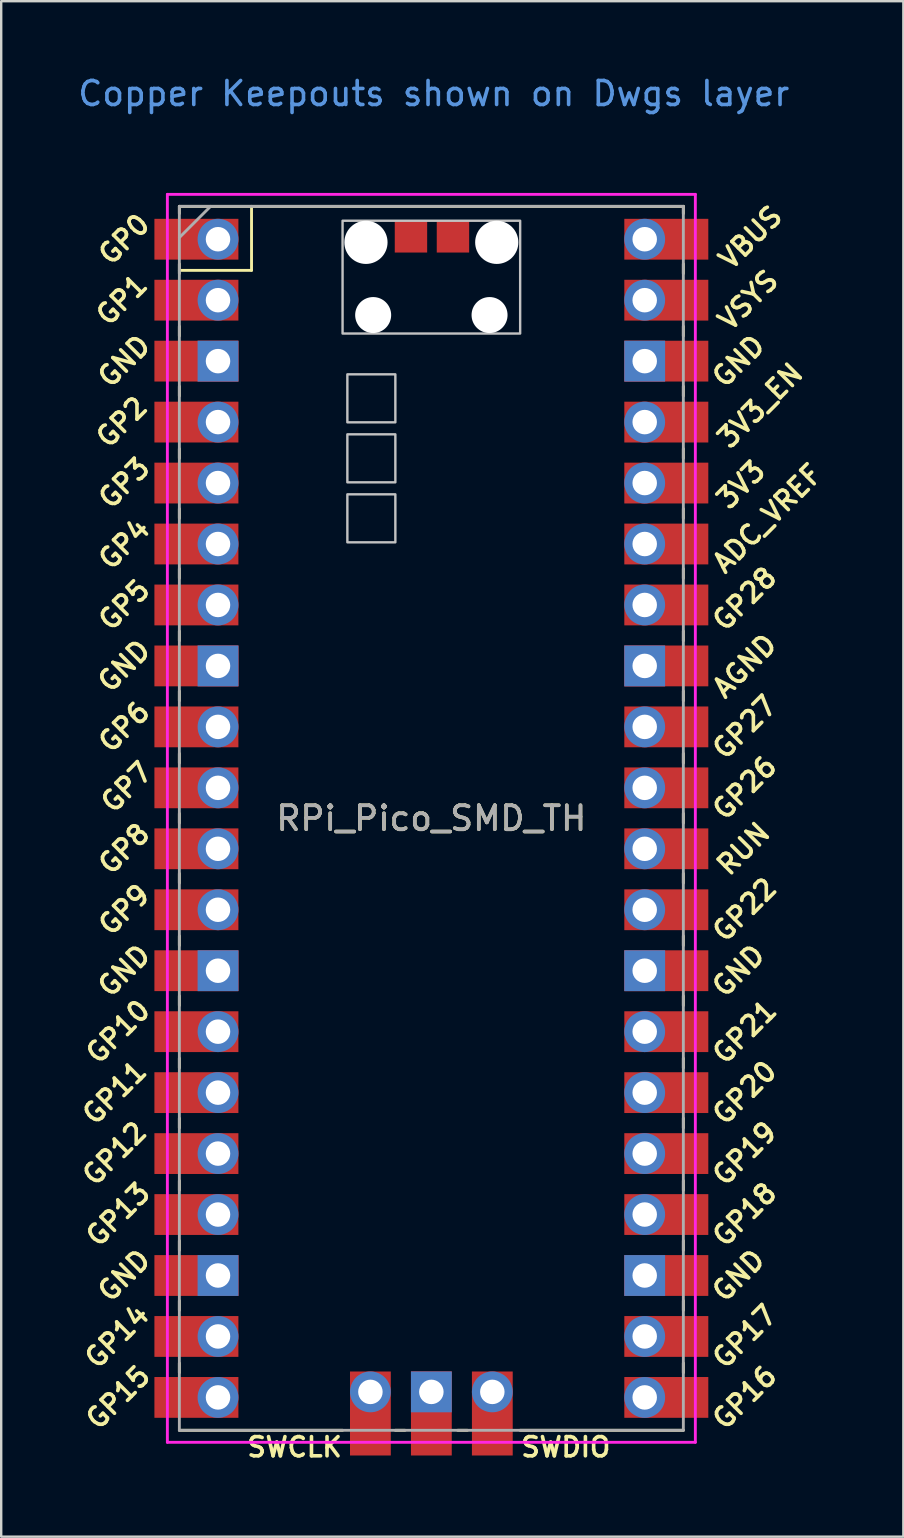
<source format=kicad_pcb>
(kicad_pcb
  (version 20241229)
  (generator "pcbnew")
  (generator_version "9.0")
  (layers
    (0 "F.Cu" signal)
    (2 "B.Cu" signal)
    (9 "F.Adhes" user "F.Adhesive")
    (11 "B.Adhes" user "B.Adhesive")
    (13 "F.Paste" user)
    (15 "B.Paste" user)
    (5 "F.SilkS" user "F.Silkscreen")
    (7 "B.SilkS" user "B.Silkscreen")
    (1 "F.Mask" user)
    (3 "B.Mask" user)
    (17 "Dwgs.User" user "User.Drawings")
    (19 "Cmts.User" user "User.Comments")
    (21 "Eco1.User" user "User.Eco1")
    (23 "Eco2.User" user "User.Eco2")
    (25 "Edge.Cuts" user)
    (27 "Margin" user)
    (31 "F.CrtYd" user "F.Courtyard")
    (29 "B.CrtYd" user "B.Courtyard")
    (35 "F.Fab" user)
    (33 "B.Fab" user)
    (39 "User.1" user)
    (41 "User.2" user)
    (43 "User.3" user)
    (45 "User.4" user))
  (footprint "RPi_Pico_SMD_TH"
    (layer "F.Cu")
    (at 14.924 31.048)
    (property "Reference" "RPi_Pico_SMD_TH" (at 0 0 0) (layer "F.SilkS") (effects (font (size 1 1) (thickness 0.15))))
    (attr through_hole)
    (fp_line (start -10.5 -25.5) (end -10.5 -25.2) (stroke (width 0.12) (type solid)) (layer "F.SilkS"))
    (fp_line (start -10.5 -25.5) (end 10.5 -25.5) (stroke (width 0.12) (type solid)) (layer "F.SilkS"))
    (fp_line (start -10.5 -23.1) (end -10.5 -22.7) (stroke (width 0.12) (type solid)) (layer "F.SilkS"))
    (fp_line (start -10.5 -22.833) (end -7.493 -22.833) (stroke (width 0.12) (type solid)) (layer "F.SilkS"))
    (fp_line (start -10.5 -20.5) (end -10.5 -20.1) (stroke (width 0.12) (type solid)) (layer "F.SilkS"))
    (fp_line (start -10.5 -18) (end -10.5 -17.6) (stroke (width 0.12) (type solid)) (layer "F.SilkS"))
    (fp_line (start -10.5 -15.4) (end -10.5 -15) (stroke (width 0.12) (type solid)) (layer "F.SilkS"))
    (fp_line (start -10.5 -12.9) (end -10.5 -12.5) (stroke (width 0.12) (type solid)) (layer "F.SilkS"))
    (fp_line (start -10.5 -10.4) (end -10.5 -10) (stroke (width 0.12) (type solid)) (layer "F.SilkS"))
    (fp_line (start -10.5 -7.8) (end -10.5 -7.4) (stroke (width 0.12) (type solid)) (layer "F.SilkS"))
    (fp_line (start -10.5 -5.3) (end -10.5 -4.9) (stroke (width 0.12) (type solid)) (layer "F.SilkS"))
    (fp_line (start -10.5 -2.7) (end -10.5 -2.3) (stroke (width 0.12) (type solid)) (layer "F.SilkS"))
    (fp_line (start -10.5 -0.2) (end -10.5 0.2) (stroke (width 0.12) (type solid)) (layer "F.SilkS"))
    (fp_line (start -10.5 2.3) (end -10.5 2.7) (stroke (width 0.12) (type solid)) (layer "F.SilkS"))
    (fp_line (start -10.5 4.9) (end -10.5 5.3) (stroke (width 0.12) (type solid)) (layer "F.SilkS"))
    (fp_line (start -10.5 7.4) (end -10.5 7.8) (stroke (width 0.12) (type solid)) (layer "F.SilkS"))
    (fp_line (start -10.5 10) (end -10.5 10.4) (stroke (width 0.12) (type solid)) (layer "F.SilkS"))
    (fp_line (start -10.5 12.5) (end -10.5 12.9) (stroke (width 0.12) (type solid)) (layer "F.SilkS"))
    (fp_line (start -10.5 15.1) (end -10.5 15.5) (stroke (width 0.12) (type solid)) (layer "F.SilkS"))
    (fp_line (start -10.5 17.6) (end -10.5 18) (stroke (width 0.12) (type solid)) (layer "F.SilkS"))
    (fp_line (start -10.5 20.1) (end -10.5 20.5) (stroke (width 0.12) (type solid)) (layer "F.SilkS"))
    (fp_line (start -10.5 22.7) (end -10.5 23.1) (stroke (width 0.12) (type solid)) (layer "F.SilkS"))
    (fp_line (start -7.493 -22.833) (end -7.493 -25.5) (stroke (width 0.12) (type solid)) (layer "F.SilkS"))
    (fp_line (start -3.7 25.5) (end -10.5 25.5) (stroke (width 0.12) (type solid)) (layer "F.SilkS"))
    (fp_line (start -1.5 25.5) (end -1.1 25.5) (stroke (width 0.12) (type solid)) (layer "F.SilkS"))
    (fp_line (start 1.1 25.5) (end 1.5 25.5) (stroke (width 0.12) (type solid)) (layer "F.SilkS"))
    (fp_line (start 10.5 -25.5) (end 10.5 -25.2) (stroke (width 0.12) (type solid)) (layer "F.SilkS"))
    (fp_line (start 10.5 -23.1) (end 10.5 -22.7) (stroke (width 0.12) (type solid)) (layer "F.SilkS"))
    (fp_line (start 10.5 -20.5) (end 10.5 -20.1) (stroke (width 0.12) (type solid)) (layer "F.SilkS"))
    (fp_line (start 10.5 -18) (end 10.5 -17.6) (stroke (width 0.12) (type solid)) (layer "F.SilkS"))
    (fp_line (start 10.5 -15.4) (end 10.5 -15) (stroke (width 0.12) (type solid)) (layer "F.SilkS"))
    (fp_line (start 10.5 -12.9) (end 10.5 -12.5) (stroke (width 0.12) (type solid)) (layer "F.SilkS"))
    (fp_line (start 10.5 -10.4) (end 10.5 -10) (stroke (width 0.12) (type solid)) (layer "F.SilkS"))
    (fp_line (start 10.5 -7.8) (end 10.5 -7.4) (stroke (width 0.12) (type solid)) (layer "F.SilkS"))
    (fp_line (start 10.5 -5.3) (end 10.5 -4.9) (stroke (width 0.12) (type solid)) (layer "F.SilkS"))
    (fp_line (start 10.5 -2.7) (end 10.5 -2.3) (stroke (width 0.12) (type solid)) (layer "F.SilkS"))
    (fp_line (start 10.5 -0.2) (end 10.5 0.2) (stroke (width 0.12) (type solid)) (layer "F.SilkS"))
    (fp_line (start 10.5 2.3) (end 10.5 2.7) (stroke (width 0.12) (type solid)) (layer "F.SilkS"))
    (fp_line (start 10.5 4.9) (end 10.5 5.3) (stroke (width 0.12) (type solid)) (layer "F.SilkS"))
    (fp_line (start 10.5 7.4) (end 10.5 7.8) (stroke (width 0.12) (type solid)) (layer "F.SilkS"))
    (fp_line (start 10.5 10) (end 10.5 10.4) (stroke (width 0.12) (type solid)) (layer "F.SilkS"))
    (fp_line (start 10.5 12.5) (end 10.5 12.9) (stroke (width 0.12) (type solid)) (layer "F.SilkS"))
    (fp_line (start 10.5 15.1) (end 10.5 15.5) (stroke (width 0.12) (type solid)) (layer "F.SilkS"))
    (fp_line (start 10.5 17.6) (end 10.5 18) (stroke (width 0.12) (type solid)) (layer "F.SilkS"))
    (fp_line (start 10.5 20.1) (end 10.5 20.5) (stroke (width 0.12) (type solid)) (layer "F.SilkS"))
    (fp_line (start 10.5 22.7) (end 10.5 23.1) (stroke (width 0.12) (type solid)) (layer "F.SilkS"))
    (fp_line (start 10.5 25.5) (end 3.7 25.5) (stroke (width 0.12) (type solid)) (layer "F.SilkS"))
    (fp_poly (pts (xy -1.5 -16.5) (xy -3.5 -16.5) (xy -3.5 -18.5) (xy -1.5 -18.5)) (stroke (width 0.1) (type solid)) (fill no) (layer "Dwgs.User"))
    (fp_poly (pts (xy -1.5 -14) (xy -3.5 -14) (xy -3.5 -16) (xy -1.5 -16)) (stroke (width 0.1) (type solid)) (fill no) (layer "Dwgs.User"))
    (fp_poly (pts (xy -1.5 -11.5) (xy -3.5 -11.5) (xy -3.5 -13.5) (xy -1.5 -13.5)) (stroke (width 0.1) (type solid)) (fill no) (layer "Dwgs.User"))
    (fp_poly (pts (xy 3.7 -20.2) (xy -3.7 -20.2) (xy -3.7 -24.9) (xy 3.7 -24.9)) (stroke (width 0.1) (type solid)) (fill no) (layer "Dwgs.User"))
    (fp_line (start -11 -26) (end 11 -26) (stroke (width 0.12) (type solid)) (layer "F.CrtYd"))
    (fp_line (start -11 26) (end -11 -26) (stroke (width 0.12) (type solid)) (layer "F.CrtYd"))
    (fp_line (start 11 -26) (end 11 26) (stroke (width 0.12) (type solid)) (layer "F.CrtYd"))
    (fp_line (start 11 26) (end -11 26) (stroke (width 0.12) (type solid)) (layer "F.CrtYd"))
    (fp_line (start -10.5 -25.5) (end 10.5 -25.5) (stroke (width 0.12) (type solid)) (layer "F.Fab"))
    (fp_line (start -10.5 -24.2) (end -9.2 -25.5) (stroke (width 0.12) (type solid)) (layer "F.Fab"))
    (fp_line (start -10.5 25.5) (end -10.5 -25.5) (stroke (width 0.12) (type solid)) (layer "F.Fab"))
    (fp_line (start 10.5 -25.5) (end 10.5 25.5) (stroke (width 0.12) (type solid)) (layer "F.Fab"))
    (fp_line (start 10.5 25.5) (end -10.5 25.5) (stroke (width 0.12) (type solid)) (layer "F.Fab"))
    (fp_text user "GND" (at -12.8 19.05 45) (layer "F.SilkS") (effects (font (size 0.8 0.8) (thickness 0.15))))
    (fp_text user "GND" (at -12.8 -6.35 45) (layer "F.SilkS") (effects (font (size 0.8 0.8) (thickness 0.15))))
    (fp_text user "ADC_VREF" (at 14 -12.5 45) (layer "F.SilkS") (effects (font (size 0.8 0.8) (thickness 0.15))))
    (fp_text user "GP3" (at -12.8 -13.97 45) (layer "F.SilkS") (effects (font (size 0.8 0.8) (thickness 0.15))))
    (fp_text user "GP26" (at 13.054 -1.27 45) (layer "F.SilkS") (effects (font (size 0.8 0.8) (thickness 0.15))))
    (fp_text user "3V3" (at 12.9 -13.9 45) (layer "F.SilkS") (effects (font (size 0.8 0.8) (thickness 0.15))))
    (fp_text user "GP22" (at 13.054 3.81 45) (layer "F.SilkS") (effects (font (size 0.8 0.8) (thickness 0.15))))
    (fp_text user "GND" (at 12.8 -19.05 45) (layer "F.SilkS") (effects (font (size 0.8 0.8) (thickness 0.15))))
    (fp_text user "GP9" (at -12.8 3.81 45) (layer "F.SilkS") (effects (font (size 0.8 0.8) (thickness 0.15))))
    (fp_text user "GP5" (at -12.8 -8.89 45) (layer "F.SilkS") (effects (font (size 0.8 0.8) (thickness 0.15))))
    (fp_text user "GP8" (at -12.8 1.27 45) (layer "F.SilkS") (effects (font (size 0.8 0.8) (thickness 0.15))))
    (fp_text user "GND" (at 12.8 19.05 45) (layer "F.SilkS") (effects (font (size 0.8 0.8) (thickness 0.15))))
    (fp_text user "GP27" (at 13.054 -3.8 45) (layer "F.SilkS") (effects (font (size 0.8 0.8) (thickness 0.15))))
    (fp_text user "3V3_EN" (at 13.7 -17.2 45) (layer "F.SilkS") (effects (font (size 0.8 0.8) (thickness 0.15))))
    (fp_text user "GP2" (at -12.9 -16.51 45) (layer "F.SilkS") (effects (font (size 0.8 0.8) (thickness 0.15))))
    (fp_text user "GP13" (at -13.054 16.51 45) (layer "F.SilkS") (effects (font (size 0.8 0.8) (thickness 0.15))))
    (fp_text user "GP10" (at -13.054 8.89 45) (layer "F.SilkS") (effects (font (size 0.8 0.8) (thickness 0.15))))
    (fp_text user "GP11" (at -13.2 11.43 45) (layer "F.SilkS") (effects (font (size 0.8 0.8) (thickness 0.15))))
    (fp_text user "GP28" (at 13.054 -9.144 45) (layer "F.SilkS") (effects (font (size 0.8 0.8) (thickness 0.15))))
    (fp_text user "GP14" (at -13.1 21.59 45) (layer "F.SilkS") (effects (font (size 0.8 0.8) (thickness 0.15))))
    (fp_text user "GP0" (at -12.8 -24.13 45) (layer "F.SilkS") (effects (font (size 0.8 0.8) (thickness 0.15))))
    (fp_text user "GP4" (at -12.8 -11.43 45) (layer "F.SilkS") (effects (font (size 0.8 0.8) (thickness 0.15))))
    (fp_text user "RUN" (at 13 1.27 45) (layer "F.SilkS") (effects (font (size 0.8 0.8) (thickness 0.15))))
    (fp_text user "GP16" (at 13.054 24.13 45) (layer "F.SilkS") (effects (font (size 0.8 0.8) (thickness 0.15))))
    (fp_text user "VBUS" (at 13.3 -24.2 45) (layer "F.SilkS") (effects (font (size 0.8 0.8) (thickness 0.15))))
    (fp_text user "GP1" (at -12.9 -21.6 45) (layer "F.SilkS") (effects (font (size 0.8 0.8) (thickness 0.15))))
    (fp_text user "GP7" (at -12.7 -1.3 45) (layer "F.SilkS") (effects (font (size 0.8 0.8) (thickness 0.15))))
    (fp_text user "GND" (at -12.8 6.35 45) (layer "F.SilkS") (effects (font (size 0.8 0.8) (thickness 0.15))))
    (fp_text user "GP20" (at 13.054 11.43 45) (layer "F.SilkS") (effects (font (size 0.8 0.8) (thickness 0.15))))
    (fp_text user "GND" (at -12.8 -19.05 45) (layer "F.SilkS") (effects (font (size 0.8 0.8) (thickness 0.15))))
    (fp_text user "GP6" (at -12.8 -3.81 45) (layer "F.SilkS") (effects (font (size 0.8 0.8) (thickness 0.15))))
    (fp_text user "GP19" (at 13.054 13.97 45) (layer "F.SilkS") (effects (font (size 0.8 0.8) (thickness 0.15))))
    (fp_text user "GP21" (at 13.054 8.9 45) (layer "F.SilkS") (effects (font (size 0.8 0.8) (thickness 0.15))))
    (fp_text user "GND" (at 12.8 6.35 45) (layer "F.SilkS") (effects (font (size 0.8 0.8) (thickness 0.15))))
    (fp_text user "GP17" (at 13.054 21.59 45) (layer "F.SilkS") (effects (font (size 0.8 0.8) (thickness 0.15))))
    (fp_text user "GP12" (at -13.2 13.97 45) (layer "F.SilkS") (effects (font (size 0.8 0.8) (thickness 0.15))))
    (fp_text user "SWDIO" (at 5.6 26.2 0) (layer "F.SilkS") (effects (font (size 0.8 0.8) (thickness 0.15))))
    (fp_text user "VSYS" (at 13.2 -21.59 45) (layer "F.SilkS") (effects (font (size 0.8 0.8) (thickness 0.15))))
    (fp_text user "GP15" (at -13.054 24.13 45) (layer "F.SilkS") (effects (font (size 0.8 0.8) (thickness 0.15))))
    (fp_text user "SWCLK" (at -5.7 26.2 0) (layer "F.SilkS") (effects (font (size 0.8 0.8) (thickness 0.15))))
    (fp_text user "AGND" (at 13.054 -6.35 45) (layer "F.SilkS") (effects (font (size 0.8 0.8) (thickness 0.15))))
    (fp_text user "GP18" (at 13.054 16.51 45) (layer "F.SilkS") (effects (font (size 0.8 0.8) (thickness 0.15))))
    (fp_text user "Copper Keepouts shown on Dwgs layer" (at 0.1 -30.2 0) (layer "Cmts.User") (effects (font (size 1 1) (thickness 0.15))))
    (fp_text user "${REFERENCE}" (at 0 0 180) (layer "F.Fab") (effects (font (size 1 1) (thickness 0.15))))
    (pad "" np_thru_hole oval (at -2.725 -24) (size 1.8 1.8) (drill 1.8) (layers "*.Cu" "*.Mask"))
    (pad "" np_thru_hole oval (at -2.425 -20.97) (size 1.5 1.5) (drill 1.5) (layers "*.Cu" "*.Mask"))
    (pad "" np_thru_hole oval (at 2.425 -20.97) (size 1.5 1.5) (drill 1.5) (layers "*.Cu" "*.Mask"))
    (pad "" np_thru_hole oval (at 2.725 -24) (size 1.8 1.8) (drill 1.8) (layers "*.Cu" "*.Mask"))
    (pad "1" thru_hole oval (at -8.89 -24.13) (size 1.7 1.7) (drill 1.02) (layers "*.Cu" "*.Mask"))
    (pad "1" smd rect (at -8.89 -24.13) (size 3.5 1.7) (drill (offset -0.9 0)) (layers "F.Cu" "F.Mask"))
    (pad "2" thru_hole oval (at -8.89 -21.59) (size 1.7 1.7) (drill 1.02) (layers "*.Cu" "*.Mask"))
    (pad "2" smd rect (at -8.89 -21.59) (size 3.5 1.7) (drill (offset -0.9 0)) (layers "F.Cu" "F.Mask"))
    (pad "3" thru_hole rect (at -8.89 -19.05) (size 1.7 1.7) (drill 1.02) (layers "*.Cu" "*.Mask"))
    (pad "3" smd rect (at -8.89 -19.05) (size 3.5 1.7) (drill (offset -0.9 0)) (layers "F.Cu" "F.Mask"))
    (pad "4" thru_hole oval (at -8.89 -16.51) (size 1.7 1.7) (drill 1.02) (layers "*.Cu" "*.Mask"))
    (pad "4" smd rect (at -8.89 -16.51) (size 3.5 1.7) (drill (offset -0.9 0)) (layers "F.Cu" "F.Mask"))
    (pad "5" thru_hole oval (at -8.89 -13.97) (size 1.7 1.7) (drill 1.02) (layers "*.Cu" "*.Mask"))
    (pad "5" smd rect (at -8.89 -13.97) (size 3.5 1.7) (drill (offset -0.9 0)) (layers "F.Cu" "F.Mask"))
    (pad "6" thru_hole oval (at -8.89 -11.43) (size 1.7 1.7) (drill 1.02) (layers "*.Cu" "*.Mask"))
    (pad "6" smd rect (at -8.89 -11.43) (size 3.5 1.7) (drill (offset -0.9 0)) (layers "F.Cu" "F.Mask"))
    (pad "7" thru_hole oval (at -8.89 -8.89) (size 1.7 1.7) (drill 1.02) (layers "*.Cu" "*.Mask"))
    (pad "7" smd rect (at -8.89 -8.89) (size 3.5 1.7) (drill (offset -0.9 0)) (layers "F.Cu" "F.Mask"))
    (pad "8" thru_hole rect (at -8.89 -6.35) (size 1.7 1.7) (drill 1.02) (layers "*.Cu" "*.Mask"))
    (pad "8" smd rect (at -8.89 -6.35) (size 3.5 1.7) (drill (offset -0.9 0)) (layers "F.Cu" "F.Mask"))
    (pad "9" thru_hole oval (at -8.89 -3.81) (size 1.7 1.7) (drill 1.02) (layers "*.Cu" "*.Mask"))
    (pad "9" smd rect (at -8.89 -3.81) (size 3.5 1.7) (drill (offset -0.9 0)) (layers "F.Cu" "F.Mask"))
    (pad "10" thru_hole oval (at -8.89 -1.27) (size 1.7 1.7) (drill 1.02) (layers "*.Cu" "*.Mask"))
    (pad "10" smd rect (at -8.89 -1.27) (size 3.5 1.7) (drill (offset -0.9 0)) (layers "F.Cu" "F.Mask"))
    (pad "11" thru_hole oval (at -8.89 1.27) (size 1.7 1.7) (drill 1.02) (layers "*.Cu" "*.Mask"))
    (pad "11" smd rect (at -8.89 1.27) (size 3.5 1.7) (drill (offset -0.9 0)) (layers "F.Cu" "F.Mask"))
    (pad "12" thru_hole oval (at -8.89 3.81) (size 1.7 1.7) (drill 1.02) (layers "*.Cu" "*.Mask"))
    (pad "12" smd rect (at -8.89 3.81) (size 3.5 1.7) (drill (offset -0.9 0)) (layers "F.Cu" "F.Mask"))
    (pad "13" thru_hole rect (at -8.89 6.35) (size 1.7 1.7) (drill 1.02) (layers "*.Cu" "*.Mask"))
    (pad "13" smd rect (at -8.89 6.35) (size 3.5 1.7) (drill (offset -0.9 0)) (layers "F.Cu" "F.Mask"))
    (pad "14" thru_hole oval (at -8.89 8.89) (size 1.7 1.7) (drill 1.02) (layers "*.Cu" "*.Mask"))
    (pad "14" smd rect (at -8.89 8.89) (size 3.5 1.7) (drill (offset -0.9 0)) (layers "F.Cu" "F.Mask"))
    (pad "15" thru_hole oval (at -8.89 11.43) (size 1.7 1.7) (drill 1.02) (layers "*.Cu" "*.Mask"))
    (pad "15" smd rect (at -8.89 11.43) (size 3.5 1.7) (drill (offset -0.9 0)) (layers "F.Cu" "F.Mask"))
    (pad "16" thru_hole oval (at -8.89 13.97) (size 1.7 1.7) (drill 1.02) (layers "*.Cu" "*.Mask"))
    (pad "16" smd rect (at -8.89 13.97) (size 3.5 1.7) (drill (offset -0.9 0)) (layers "F.Cu" "F.Mask"))
    (pad "17" thru_hole oval (at -8.89 16.51) (size 1.7 1.7) (drill 1.02) (layers "*.Cu" "*.Mask"))
    (pad "17" smd rect (at -8.89 16.51) (size 3.5 1.7) (drill (offset -0.9 0)) (layers "F.Cu" "F.Mask"))
    (pad "18" thru_hole rect (at -8.89 19.05) (size 1.7 1.7) (drill 1.02) (layers "*.Cu" "*.Mask"))
    (pad "18" smd rect (at -8.89 19.05) (size 3.5 1.7) (drill (offset -0.9 0)) (layers "F.Cu" "F.Mask"))
    (pad "19" thru_hole oval (at -8.89 21.59) (size 1.7 1.7) (drill 1.02) (layers "*.Cu" "*.Mask"))
    (pad "19" smd rect (at -8.89 21.59) (size 3.5 1.7) (drill (offset -0.9 0)) (layers "F.Cu" "F.Mask"))
    (pad "20" thru_hole oval (at -8.89 24.13) (size 1.7 1.7) (drill 1.02) (layers "*.Cu" "*.Mask"))
    (pad "20" smd rect (at -8.89 24.13) (size 3.5 1.7) (drill (offset -0.9 0)) (layers "F.Cu" "F.Mask"))
    (pad "21" thru_hole oval (at 8.89 24.13) (size 1.7 1.7) (drill 1.02) (layers "*.Cu" "*.Mask"))
    (pad "21" smd rect (at 8.89 24.13) (size 3.5 1.7) (drill (offset 0.9 0)) (layers "F.Cu" "F.Mask"))
    (pad "22" thru_hole oval (at 8.89 21.59) (size 1.7 1.7) (drill 1.02) (layers "*.Cu" "*.Mask"))
    (pad "22" smd rect (at 8.89 21.59) (size 3.5 1.7) (drill (offset 0.9 0)) (layers "F.Cu" "F.Mask"))
    (pad "23" thru_hole rect (at 8.89 19.05) (size 1.7 1.7) (drill 1.02) (layers "*.Cu" "*.Mask"))
    (pad "23" smd rect (at 8.89 19.05) (size 3.5 1.7) (drill (offset 0.9 0)) (layers "F.Cu" "F.Mask"))
    (pad "24" thru_hole oval (at 8.89 16.51) (size 1.7 1.7) (drill 1.02) (layers "*.Cu" "*.Mask"))
    (pad "24" smd rect (at 8.89 16.51) (size 3.5 1.7) (drill (offset 0.9 0)) (layers "F.Cu" "F.Mask"))
    (pad "25" thru_hole oval (at 8.89 13.97) (size 1.7 1.7) (drill 1.02) (layers "*.Cu" "*.Mask"))
    (pad "25" smd rect (at 8.89 13.97) (size 3.5 1.7) (drill (offset 0.9 0)) (layers "F.Cu" "F.Mask"))
    (pad "26" thru_hole oval (at 8.89 11.43) (size 1.7 1.7) (drill 1.02) (layers "*.Cu" "*.Mask"))
    (pad "26" smd rect (at 8.89 11.43) (size 3.5 1.7) (drill (offset 0.9 0)) (layers "F.Cu" "F.Mask"))
    (pad "27" thru_hole oval (at 8.89 8.89) (size 1.7 1.7) (drill 1.02) (layers "*.Cu" "*.Mask"))
    (pad "27" smd rect (at 8.89 8.89) (size 3.5 1.7) (drill (offset 0.9 0)) (layers "F.Cu" "F.Mask"))
    (pad "28" thru_hole rect (at 8.89 6.35) (size 1.7 1.7) (drill 1.02) (layers "*.Cu" "*.Mask"))
    (pad "28" smd rect (at 8.89 6.35) (size 3.5 1.7) (drill (offset 0.9 0)) (layers "F.Cu" "F.Mask"))
    (pad "29" thru_hole oval (at 8.89 3.81) (size 1.7 1.7) (drill 1.02) (layers "*.Cu" "*.Mask"))
    (pad "29" smd rect (at 8.89 3.81) (size 3.5 1.7) (drill (offset 0.9 0)) (layers "F.Cu" "F.Mask"))
    (pad "30" thru_hole oval (at 8.89 1.27) (size 1.7 1.7) (drill 1.02) (layers "*.Cu" "*.Mask"))
    (pad "30" smd rect (at 8.89 1.27) (size 3.5 1.7) (drill (offset 0.9 0)) (layers "F.Cu" "F.Mask"))
    (pad "31" thru_hole oval (at 8.89 -1.27) (size 1.7 1.7) (drill 1.02) (layers "*.Cu" "*.Mask"))
    (pad "31" smd rect (at 8.89 -1.27) (size 3.5 1.7) (drill (offset 0.9 0)) (layers "F.Cu" "F.Mask"))
    (pad "32" thru_hole oval (at 8.89 -3.81) (size 1.7 1.7) (drill 1.02) (layers "*.Cu" "*.Mask"))
    (pad "32" smd rect (at 8.89 -3.81) (size 3.5 1.7) (drill (offset 0.9 0)) (layers "F.Cu" "F.Mask"))
    (pad "33" thru_hole rect (at 8.89 -6.35) (size 1.7 1.7) (drill 1.02) (layers "*.Cu" "*.Mask"))
    (pad "33" smd rect (at 8.89 -6.35) (size 3.5 1.7) (drill (offset 0.9 0)) (layers "F.Cu" "F.Mask"))
    (pad "34" thru_hole oval (at 8.89 -8.89) (size 1.7 1.7) (drill 1.02) (layers "*.Cu" "*.Mask"))
    (pad "34" smd rect (at 8.89 -8.89) (size 3.5 1.7) (drill (offset 0.9 0)) (layers "F.Cu" "F.Mask"))
    (pad "35" thru_hole oval (at 8.89 -11.43) (size 1.7 1.7) (drill 1.02) (layers "*.Cu" "*.Mask"))
    (pad "35" smd rect (at 8.89 -11.43) (size 3.5 1.7) (drill (offset 0.9 0)) (layers "F.Cu" "F.Mask"))
    (pad "36" thru_hole oval (at 8.89 -13.97) (size 1.7 1.7) (drill 1.02) (layers "*.Cu" "*.Mask"))
    (pad "36" smd rect (at 8.89 -13.97) (size 3.5 1.7) (drill (offset 0.9 0)) (layers "F.Cu" "F.Mask"))
    (pad "37" thru_hole oval (at 8.89 -16.51) (size 1.7 1.7) (drill 1.02) (layers "*.Cu" "*.Mask"))
    (pad "37" smd rect (at 8.89 -16.51) (size 3.5 1.7) (drill (offset 0.9 0)) (layers "F.Cu" "F.Mask"))
    (pad "38" thru_hole rect (at 8.89 -19.05) (size 1.7 1.7) (drill 1.02) (layers "*.Cu" "*.Mask"))
    (pad "38" smd rect (at 8.89 -19.05) (size 3.5 1.7) (drill (offset 0.9 0)) (layers "F.Cu" "F.Mask"))
    (pad "39" thru_hole oval (at 8.89 -21.59) (size 1.7 1.7) (drill 1.02) (layers "*.Cu" "*.Mask"))
    (pad "39" smd rect (at 8.89 -21.59) (size 3.5 1.7) (drill (offset 0.9 0)) (layers "F.Cu" "F.Mask"))
    (pad "40" thru_hole oval (at 8.89 -24.13) (size 1.7 1.7) (drill 1.02) (layers "*.Cu" "*.Mask"))
    (pad "40" smd rect (at 8.89 -24.13) (size 3.5 1.7) (drill (offset 0.9 0)) (layers "F.Cu" "F.Mask"))
    (pad "41" thru_hole oval (at -2.54 23.9) (size 1.7 1.7) (drill 1.02) (layers "*.Cu" "*.Mask"))
    (pad "41" smd rect (at -2.54 23.9 90) (size 3.5 1.7) (drill (offset -0.9 0)) (layers "F.Cu" "F.Mask"))
    (pad "42" thru_hole rect (at 0 23.9) (size 1.7 1.7) (drill 1.02) (layers "*.Cu" "*.Mask"))
    (pad "42" smd rect (at 0 23.9 90) (size 3.5 1.7) (drill (offset -0.9 0)) (layers "F.Cu" "F.Mask"))
    (pad "43" thru_hole oval (at 2.54 23.9) (size 1.7 1.7) (drill 1.02) (layers "*.Cu" "*.Mask"))
    (pad "43" smd rect (at 2.54 23.9 90) (size 3.5 1.7) (drill (offset -0.9 0)) (layers "F.Cu" "F.Mask"))
    (pad "TP2" smd rect (at -1.75 -24.25) (size 1.35 1.35) (drill (offset 0.9 0)) (layers "F.Cu" "F.Mask"))
    (pad "TP3" smd rect (at 0 -24.25) (size 1.35 1.35) (drill (offset 0.9 0)) (layers "F.Cu" "F.Mask"))
    (zone (net_name "") (layer "F.Cu") (hatch edge 0.5) (connect_pads) (min_thickness 0.25) (filled_areas_thickness no) (keepout (tracks not_allowed) (vias not_allowed) (pads not_allowed) (copperpour allowed) (footprints allowed)) (placement (enabled no)) (fill) (polygon (pts (xy 13.424 6.048) (xy 14.424 6.048) (xy 14.424 7.548) (xy 13.424 7.548))))
    (zone (net_name "") (layer "F.Cu") (hatch edge 0.5) (connect_pads) (min_thickness 0.25) (filled_areas_thickness no) (keepout (tracks not_allowed) (vias not_allowed) (pads not_allowed) (copperpour allowed) (footprints allowed)) (placement (enabled no)) (fill) (polygon (pts (xy 15.424 6.048) (xy 16.424 6.048) (xy 16.424 7.548) (xy 15.424 7.548)))))
  (gr_rect
    (start -3 -3)
    (end 34.591 60.98)
    (stroke (width 0.1) (type default))
    (fill no)
    (layer "Edge.Cuts")))
</source>
